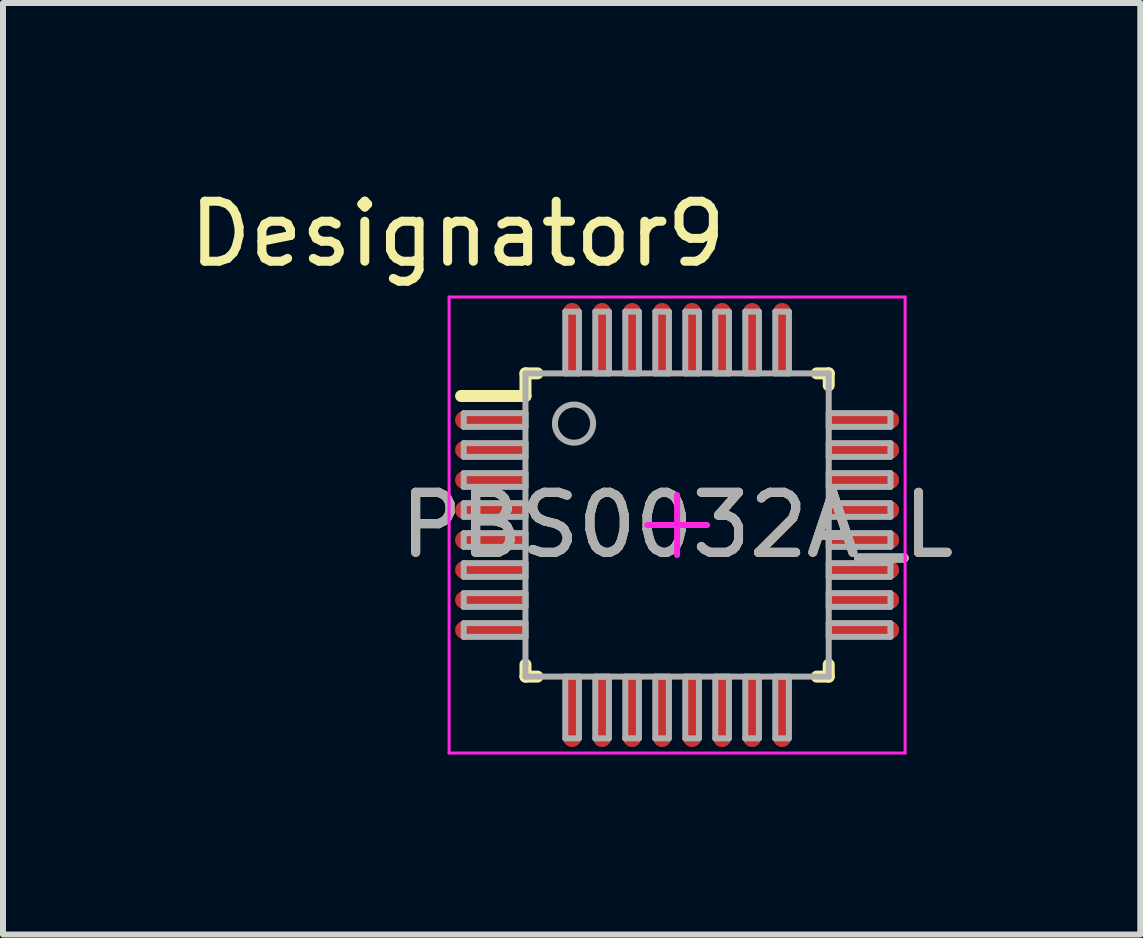
<source format=kicad_pcb>
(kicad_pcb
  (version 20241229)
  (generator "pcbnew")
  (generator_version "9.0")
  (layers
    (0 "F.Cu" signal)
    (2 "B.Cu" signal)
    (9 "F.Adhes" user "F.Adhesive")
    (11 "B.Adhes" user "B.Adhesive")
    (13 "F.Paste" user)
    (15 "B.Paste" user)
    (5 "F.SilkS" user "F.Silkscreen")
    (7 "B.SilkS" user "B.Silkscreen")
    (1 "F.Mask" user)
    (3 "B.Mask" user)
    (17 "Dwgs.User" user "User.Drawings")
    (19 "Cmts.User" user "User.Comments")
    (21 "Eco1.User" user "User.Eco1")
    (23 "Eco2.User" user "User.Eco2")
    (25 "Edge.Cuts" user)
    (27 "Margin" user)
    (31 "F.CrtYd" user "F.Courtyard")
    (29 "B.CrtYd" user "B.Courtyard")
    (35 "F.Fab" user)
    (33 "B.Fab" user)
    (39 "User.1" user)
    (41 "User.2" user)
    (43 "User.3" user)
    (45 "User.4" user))
  (footprint "PBS0032A_L"
    (layer "F.Cu")
    (at 8.235 5.7)
    (property "Reference" "PBS0032A_L" (at 0 0 0) (unlocked yes) (layer "F.SilkS") (effects (font (size 1 1) (thickness 0.15))))
    (attr smd)
    (fp_line (start -3.6 -2.15) (end -2.527 -2.15) (stroke (width 0.2) (type solid)) (layer "F.SilkS"))
    (fp_line (start -2.527 -2.527) (end -2.327 -2.527) (stroke (width 0.2) (type solid)) (layer "F.SilkS"))
    (fp_line (start -2.527 -2.15) (end -2.527 -2.527) (stroke (width 0.2) (type solid)) (layer "F.SilkS"))
    (fp_line (start -2.527 2.527) (end -2.527 2.327) (stroke (width 0.2) (type solid)) (layer "F.SilkS"))
    (fp_line (start -2.527 2.527) (end -2.327 2.527) (stroke (width 0.2) (type solid)) (layer "F.SilkS"))
    (fp_line (start 2.327 -2.527) (end 2.527 -2.527) (stroke (width 0.2) (type solid)) (layer "F.SilkS"))
    (fp_line (start 2.327 2.527) (end 2.527 2.527) (stroke (width 0.2) (type solid)) (layer "F.SilkS"))
    (fp_line (start 2.527 -2.327) (end 2.527 -2.527) (stroke (width 0.2) (type solid)) (layer "F.SilkS"))
    (fp_line (start 2.527 2.527) (end 2.527 2.327) (stroke (width 0.2) (type solid)) (layer "F.SilkS"))
    (fp_line (start -3.8 -3.8) (end 3.8 -3.8) (stroke (width 0.05) (type solid)) (layer "F.CrtYd"))
    (fp_line (start -3.8 3.8) (end -3.8 -3.8) (stroke (width 0.05) (type solid)) (layer "F.CrtYd"))
    (fp_line (start -3.8 3.8) (end 3.8 3.8) (stroke (width 0.05) (type solid)) (layer "F.CrtYd"))
    (fp_line (start -0.5 0) (end 0.5 0) (stroke (width 0.1) (type solid)) (layer "F.CrtYd"))
    (fp_line (start -0.000003 0.5) (end -0.000003 -0.5) (stroke (width 0.1) (type solid)) (layer "F.CrtYd"))
    (fp_line (start 3.8 3.8) (end 3.8 -3.8) (stroke (width 0.05) (type solid)) (layer "F.CrtYd"))
    (fp_line (start -3.556 -1.864) (end -2.527 -1.864) (stroke (width 0.1) (type solid)) (layer "F.Fab"))
    (fp_line (start -3.556 -1.636) (end -3.556 -1.864) (stroke (width 0.1) (type solid)) (layer "F.Fab"))
    (fp_line (start -3.556 -1.636) (end -2.527 -1.636) (stroke (width 0.1) (type solid)) (layer "F.Fab"))
    (fp_line (start -3.556 -1.364) (end -2.527 -1.364) (stroke (width 0.1) (type solid)) (layer "F.Fab"))
    (fp_line (start -3.556 -1.136) (end -3.556 -1.364) (stroke (width 0.1) (type solid)) (layer "F.Fab"))
    (fp_line (start -3.556 -1.136) (end -2.527 -1.136) (stroke (width 0.1) (type solid)) (layer "F.Fab"))
    (fp_line (start -3.556 -0.864) (end -2.527 -0.864) (stroke (width 0.1) (type solid)) (layer "F.Fab"))
    (fp_line (start -3.556 -0.636) (end -3.556 -0.864) (stroke (width 0.1) (type solid)) (layer "F.Fab"))
    (fp_line (start -3.556 -0.636) (end -2.527 -0.636) (stroke (width 0.1) (type solid)) (layer "F.Fab"))
    (fp_line (start -3.556 -0.364) (end -2.527 -0.364) (stroke (width 0.1) (type solid)) (layer "F.Fab"))
    (fp_line (start -3.556 -0.136) (end -3.556 -0.364) (stroke (width 0.1) (type solid)) (layer "F.Fab"))
    (fp_line (start -3.556 -0.136) (end -2.527 -0.136) (stroke (width 0.1) (type solid)) (layer "F.Fab"))
    (fp_line (start -3.556 0.136) (end -2.527 0.136) (stroke (width 0.1) (type solid)) (layer "F.Fab"))
    (fp_line (start -3.556 0.364) (end -3.556 0.136) (stroke (width 0.1) (type solid)) (layer "F.Fab"))
    (fp_line (start -3.556 0.364) (end -2.527 0.364) (stroke (width 0.1) (type solid)) (layer "F.Fab"))
    (fp_line (start -3.556 0.636) (end -2.527 0.636) (stroke (width 0.1) (type solid)) (layer "F.Fab"))
    (fp_line (start -3.556 0.864) (end -3.556 0.636) (stroke (width 0.1) (type solid)) (layer "F.Fab"))
    (fp_line (start -3.556 0.864) (end -2.527 0.864) (stroke (width 0.1) (type solid)) (layer "F.Fab"))
    (fp_line (start -3.556 1.136) (end -2.527 1.136) (stroke (width 0.1) (type solid)) (layer "F.Fab"))
    (fp_line (start -3.556 1.364) (end -3.556 1.136) (stroke (width 0.1) (type solid)) (layer "F.Fab"))
    (fp_line (start -3.556 1.364) (end -2.527 1.364) (stroke (width 0.1) (type solid)) (layer "F.Fab"))
    (fp_line (start -3.556 1.636) (end -2.527 1.636) (stroke (width 0.1) (type solid)) (layer "F.Fab"))
    (fp_line (start -3.556 1.864) (end -3.556 1.636) (stroke (width 0.1) (type solid)) (layer "F.Fab"))
    (fp_line (start -3.556 1.864) (end -2.527 1.864) (stroke (width 0.1) (type solid)) (layer "F.Fab"))
    (fp_line (start -2.527 -2.527) (end 2.527 -2.527) (stroke (width 0.1) (type solid)) (layer "F.Fab"))
    (fp_line (start -2.527 -1.636) (end -2.527 -1.864) (stroke (width 0.1) (type solid)) (layer "F.Fab"))
    (fp_line (start -2.527 -1.136) (end -2.527 -1.364) (stroke (width 0.1) (type solid)) (layer "F.Fab"))
    (fp_line (start -2.527 -0.636) (end -2.527 -0.864) (stroke (width 0.1) (type solid)) (layer "F.Fab"))
    (fp_line (start -2.527 -0.136) (end -2.527 -0.364) (stroke (width 0.1) (type solid)) (layer "F.Fab"))
    (fp_line (start -2.527 0.364) (end -2.527 0.136) (stroke (width 0.1) (type solid)) (layer "F.Fab"))
    (fp_line (start -2.527 0.864) (end -2.527 0.636) (stroke (width 0.1) (type solid)) (layer "F.Fab"))
    (fp_line (start -2.527 1.364) (end -2.527 1.136) (stroke (width 0.1) (type solid)) (layer "F.Fab"))
    (fp_line (start -2.527 1.864) (end -2.527 1.636) (stroke (width 0.1) (type solid)) (layer "F.Fab"))
    (fp_line (start -2.527 2.527) (end -2.527 -2.527) (stroke (width 0.1) (type solid)) (layer "F.Fab"))
    (fp_line (start -2.527 2.527) (end 2.527 2.527) (stroke (width 0.1) (type solid)) (layer "F.Fab"))
    (fp_line (start -1.864 -3.556) (end -1.636 -3.556) (stroke (width 0.1) (type solid)) (layer "F.Fab"))
    (fp_line (start -1.864 -2.527) (end -1.864 -3.556) (stroke (width 0.1) (type solid)) (layer "F.Fab"))
    (fp_line (start -1.864 -2.527) (end -1.636 -2.527) (stroke (width 0.1) (type solid)) (layer "F.Fab"))
    (fp_line (start -1.864 2.527) (end -1.636 2.527) (stroke (width 0.1) (type solid)) (layer "F.Fab"))
    (fp_line (start -1.864 3.556) (end -1.864 2.527) (stroke (width 0.1) (type solid)) (layer "F.Fab"))
    (fp_line (start -1.864 3.556) (end -1.636 3.556) (stroke (width 0.1) (type solid)) (layer "F.Fab"))
    (fp_line (start -1.636 -2.527) (end -1.636 -3.556) (stroke (width 0.1) (type solid)) (layer "F.Fab"))
    (fp_line (start -1.636 3.556) (end -1.636 2.527) (stroke (width 0.1) (type solid)) (layer "F.Fab"))
    (fp_line (start -1.364 -3.556) (end -1.136 -3.556) (stroke (width 0.1) (type solid)) (layer "F.Fab"))
    (fp_line (start -1.364 -2.527) (end -1.364 -3.556) (stroke (width 0.1) (type solid)) (layer "F.Fab"))
    (fp_line (start -1.364 -2.527) (end -1.136 -2.527) (stroke (width 0.1) (type solid)) (layer "F.Fab"))
    (fp_line (start -1.364 2.527) (end -1.136 2.527) (stroke (width 0.1) (type solid)) (layer "F.Fab"))
    (fp_line (start -1.364 3.556) (end -1.364 2.527) (stroke (width 0.1) (type solid)) (layer "F.Fab"))
    (fp_line (start -1.364 3.556) (end -1.136 3.556) (stroke (width 0.1) (type solid)) (layer "F.Fab"))
    (fp_line (start -1.136 -2.527) (end -1.136 -3.556) (stroke (width 0.1) (type solid)) (layer "F.Fab"))
    (fp_line (start -1.136 3.556) (end -1.136 2.527) (stroke (width 0.1) (type solid)) (layer "F.Fab"))
    (fp_line (start -0.864 -3.556) (end -0.636 -3.556) (stroke (width 0.1) (type solid)) (layer "F.Fab"))
    (fp_line (start -0.864 -2.527) (end -0.864 -3.556) (stroke (width 0.1) (type solid)) (layer "F.Fab"))
    (fp_line (start -0.864 -2.527) (end -0.636 -2.527) (stroke (width 0.1) (type solid)) (layer "F.Fab"))
    (fp_line (start -0.864 2.527) (end -0.636 2.527) (stroke (width 0.1) (type solid)) (layer "F.Fab"))
    (fp_line (start -0.864 3.556) (end -0.864 2.527) (stroke (width 0.1) (type solid)) (layer "F.Fab"))
    (fp_line (start -0.864 3.556) (end -0.636 3.556) (stroke (width 0.1) (type solid)) (layer "F.Fab"))
    (fp_line (start -0.636 -2.527) (end -0.636 -3.556) (stroke (width 0.1) (type solid)) (layer "F.Fab"))
    (fp_line (start -0.636 3.556) (end -0.636 2.527) (stroke (width 0.1) (type solid)) (layer "F.Fab"))
    (fp_line (start -0.364 -3.556) (end -0.136 -3.556) (stroke (width 0.1) (type solid)) (layer "F.Fab"))
    (fp_line (start -0.364 -2.527) (end -0.364 -3.556) (stroke (width 0.1) (type solid)) (layer "F.Fab"))
    (fp_line (start -0.364 -2.527) (end -0.136 -2.527) (stroke (width 0.1) (type solid)) (layer "F.Fab"))
    (fp_line (start -0.364 2.527) (end -0.136 2.527) (stroke (width 0.1) (type solid)) (layer "F.Fab"))
    (fp_line (start -0.364 3.556) (end -0.364 2.527) (stroke (width 0.1) (type solid)) (layer "F.Fab"))
    (fp_line (start -0.364 3.556) (end -0.136 3.556) (stroke (width 0.1) (type solid)) (layer "F.Fab"))
    (fp_line (start -0.136 -2.527) (end -0.136 -3.556) (stroke (width 0.1) (type solid)) (layer "F.Fab"))
    (fp_line (start -0.136 3.556) (end -0.136 2.527) (stroke (width 0.1) (type solid)) (layer "F.Fab"))
    (fp_line (start 0.136 -3.556) (end 0.364 -3.556) (stroke (width 0.1) (type solid)) (layer "F.Fab"))
    (fp_line (start 0.136 -2.527) (end 0.136 -3.556) (stroke (width 0.1) (type solid)) (layer "F.Fab"))
    (fp_line (start 0.136 -2.527) (end 0.364 -2.527) (stroke (width 0.1) (type solid)) (layer "F.Fab"))
    (fp_line (start 0.136 2.527) (end 0.364 2.527) (stroke (width 0.1) (type solid)) (layer "F.Fab"))
    (fp_line (start 0.136 3.556) (end 0.136 2.527) (stroke (width 0.1) (type solid)) (layer "F.Fab"))
    (fp_line (start 0.136 3.556) (end 0.364 3.556) (stroke (width 0.1) (type solid)) (layer "F.Fab"))
    (fp_line (start 0.364 -2.527) (end 0.364 -3.556) (stroke (width 0.1) (type solid)) (layer "F.Fab"))
    (fp_line (start 0.364 3.556) (end 0.364 2.527) (stroke (width 0.1) (type solid)) (layer "F.Fab"))
    (fp_line (start 0.636 -3.556) (end 0.864 -3.556) (stroke (width 0.1) (type solid)) (layer "F.Fab"))
    (fp_line (start 0.636 -2.527) (end 0.636 -3.556) (stroke (width 0.1) (type solid)) (layer "F.Fab"))
    (fp_line (start 0.636 -2.527) (end 0.864 -2.527) (stroke (width 0.1) (type solid)) (layer "F.Fab"))
    (fp_line (start 0.636 2.527) (end 0.864 2.527) (stroke (width 0.1) (type solid)) (layer "F.Fab"))
    (fp_line (start 0.636 3.556) (end 0.636 2.527) (stroke (width 0.1) (type solid)) (layer "F.Fab"))
    (fp_line (start 0.636 3.556) (end 0.864 3.556) (stroke (width 0.1) (type solid)) (layer "F.Fab"))
    (fp_line (start 0.864 -2.527) (end 0.864 -3.556) (stroke (width 0.1) (type solid)) (layer "F.Fab"))
    (fp_line (start 0.864 3.556) (end 0.864 2.527) (stroke (width 0.1) (type solid)) (layer "F.Fab"))
    (fp_line (start 1.136 -3.556) (end 1.364 -3.556) (stroke (width 0.1) (type solid)) (layer "F.Fab"))
    (fp_line (start 1.136 -2.527) (end 1.136 -3.556) (stroke (width 0.1) (type solid)) (layer "F.Fab"))
    (fp_line (start 1.136 -2.527) (end 1.364 -2.527) (stroke (width 0.1) (type solid)) (layer "F.Fab"))
    (fp_line (start 1.136 2.527) (end 1.364 2.527) (stroke (width 0.1) (type solid)) (layer "F.Fab"))
    (fp_line (start 1.136 3.556) (end 1.136 2.527) (stroke (width 0.1) (type solid)) (layer "F.Fab"))
    (fp_line (start 1.136 3.556) (end 1.364 3.556) (stroke (width 0.1) (type solid)) (layer "F.Fab"))
    (fp_line (start 1.364 -2.527) (end 1.364 -3.556) (stroke (width 0.1) (type solid)) (layer "F.Fab"))
    (fp_line (start 1.364 3.556) (end 1.364 2.527) (stroke (width 0.1) (type solid)) (layer "F.Fab"))
    (fp_line (start 1.636 -3.556) (end 1.864 -3.556) (stroke (width 0.1) (type solid)) (layer "F.Fab"))
    (fp_line (start 1.636 -2.527) (end 1.636 -3.556) (stroke (width 0.1) (type solid)) (layer "F.Fab"))
    (fp_line (start 1.636 -2.527) (end 1.864 -2.527) (stroke (width 0.1) (type solid)) (layer "F.Fab"))
    (fp_line (start 1.636 2.527) (end 1.864 2.527) (stroke (width 0.1) (type solid)) (layer "F.Fab"))
    (fp_line (start 1.636 3.556) (end 1.636 2.527) (stroke (width 0.1) (type solid)) (layer "F.Fab"))
    (fp_line (start 1.636 3.556) (end 1.864 3.556) (stroke (width 0.1) (type solid)) (layer "F.Fab"))
    (fp_line (start 1.864 -2.527) (end 1.864 -3.556) (stroke (width 0.1) (type solid)) (layer "F.Fab"))
    (fp_line (start 1.864 3.556) (end 1.864 2.527) (stroke (width 0.1) (type solid)) (layer "F.Fab"))
    (fp_line (start 2.527 -1.864) (end 3.556 -1.864) (stroke (width 0.1) (type solid)) (layer "F.Fab"))
    (fp_line (start 2.527 -1.636) (end 2.527 -1.864) (stroke (width 0.1) (type solid)) (layer "F.Fab"))
    (fp_line (start 2.527 -1.636) (end 3.556 -1.636) (stroke (width 0.1) (type solid)) (layer "F.Fab"))
    (fp_line (start 2.527 -1.364) (end 3.556 -1.364) (stroke (width 0.1) (type solid)) (layer "F.Fab"))
    (fp_line (start 2.527 -1.136) (end 2.527 -1.364) (stroke (width 0.1) (type solid)) (layer "F.Fab"))
    (fp_line (start 2.527 -1.136) (end 3.556 -1.136) (stroke (width 0.1) (type solid)) (layer "F.Fab"))
    (fp_line (start 2.527 -0.864) (end 3.556 -0.864) (stroke (width 0.1) (type solid)) (layer "F.Fab"))
    (fp_line (start 2.527 -0.636) (end 2.527 -0.864) (stroke (width 0.1) (type solid)) (layer "F.Fab"))
    (fp_line (start 2.527 -0.636) (end 3.556 -0.636) (stroke (width 0.1) (type solid)) (layer "F.Fab"))
    (fp_line (start 2.527 -0.364) (end 3.556 -0.364) (stroke (width 0.1) (type solid)) (layer "F.Fab"))
    (fp_line (start 2.527 -0.136) (end 2.527 -0.364) (stroke (width 0.1) (type solid)) (layer "F.Fab"))
    (fp_line (start 2.527 -0.136) (end 3.556 -0.136) (stroke (width 0.1) (type solid)) (layer "F.Fab"))
    (fp_line (start 2.527 0.136) (end 3.556 0.136) (stroke (width 0.1) (type solid)) (layer "F.Fab"))
    (fp_line (start 2.527 0.364) (end 2.527 0.136) (stroke (width 0.1) (type solid)) (layer "F.Fab"))
    (fp_line (start 2.527 0.364) (end 3.556 0.364) (stroke (width 0.1) (type solid)) (layer "F.Fab"))
    (fp_line (start 2.527 0.636) (end 3.556 0.636) (stroke (width 0.1) (type solid)) (layer "F.Fab"))
    (fp_line (start 2.527 0.864) (end 2.527 0.636) (stroke (width 0.1) (type solid)) (layer "F.Fab"))
    (fp_line (start 2.527 0.864) (end 3.556 0.864) (stroke (width 0.1) (type solid)) (layer "F.Fab"))
    (fp_line (start 2.527 1.136) (end 3.556 1.136) (stroke (width 0.1) (type solid)) (layer "F.Fab"))
    (fp_line (start 2.527 1.364) (end 2.527 1.136) (stroke (width 0.1) (type solid)) (layer "F.Fab"))
    (fp_line (start 2.527 1.364) (end 3.556 1.364) (stroke (width 0.1) (type solid)) (layer "F.Fab"))
    (fp_line (start 2.527 1.636) (end 3.556 1.636) (stroke (width 0.1) (type solid)) (layer "F.Fab"))
    (fp_line (start 2.527 1.864) (end 2.527 1.636) (stroke (width 0.1) (type solid)) (layer "F.Fab"))
    (fp_line (start 2.527 1.864) (end 3.556 1.864) (stroke (width 0.1) (type solid)) (layer "F.Fab"))
    (fp_line (start 2.527 2.527) (end 2.527 -2.527) (stroke (width 0.1) (type solid)) (layer "F.Fab"))
    (fp_line (start 3.556 -1.636) (end 3.556 -1.864) (stroke (width 0.1) (type solid)) (layer "F.Fab"))
    (fp_line (start 3.556 -1.136) (end 3.556 -1.364) (stroke (width 0.1) (type solid)) (layer "F.Fab"))
    (fp_line (start 3.556 -0.636) (end 3.556 -0.864) (stroke (width 0.1) (type solid)) (layer "F.Fab"))
    (fp_line (start 3.556 -0.136) (end 3.556 -0.364) (stroke (width 0.1) (type solid)) (layer "F.Fab"))
    (fp_line (start 3.556 0.364) (end 3.556 0.136) (stroke (width 0.1) (type solid)) (layer "F.Fab"))
    (fp_line (start 3.556 0.864) (end 3.556 0.636) (stroke (width 0.1) (type solid)) (layer "F.Fab"))
    (fp_line (start 3.556 1.364) (end 3.556 1.136) (stroke (width 0.1) (type solid)) (layer "F.Fab"))
    (fp_line (start 3.556 1.864) (end 3.556 1.636) (stroke (width 0.1) (type solid)) (layer "F.Fab"))
    (fp_circle (center -1.718 -1.69) (end -1.4 -1.69) (stroke (width 0.1) (type solid)) (fill no) (layer "F.Fab"))
    (fp_text user "Designator9" (at -3.658 -4.851 0) (unlocked yes) (layer "F.SilkS") (effects (font (size 1 1) (thickness 0.15))))
    (fp_text user "${REFERENCE}" (at 0 0 0) (unlocked yes) (layer "F.Fab") (effects (font (size 1 1) (thickness 0.15))))
    (pad "1" smd oval (at -3.1 -1.75 90) (size 0.3 1.2) (layers "F.Cu" "F.Mask" "F.Paste"))
    (pad "2" smd oval (at -3.1 -1.25 90) (size 0.3 1.2) (layers "F.Cu" "F.Mask" "F.Paste"))
    (pad "3" smd oval (at -3.1 -0.75 90) (size 0.3 1.2) (layers "F.Cu" "F.Mask" "F.Paste"))
    (pad "4" smd oval (at -3.1 -0.25 90) (size 0.3 1.2) (layers "F.Cu" "F.Mask" "F.Paste"))
    (pad "5" smd oval (at -3.1 0.25 90) (size 0.3 1.2) (layers "F.Cu" "F.Mask" "F.Paste"))
    (pad "6" smd oval (at -3.1 0.75 90) (size 0.3 1.2) (layers "F.Cu" "F.Mask" "F.Paste"))
    (pad "7" smd oval (at -3.1 1.25 90) (size 0.3 1.2) (layers "F.Cu" "F.Mask" "F.Paste"))
    (pad "8" smd oval (at -3.1 1.75 90) (size 0.3 1.2) (layers "F.Cu" "F.Mask" "F.Paste"))
    (pad "9" smd oval (at -1.75 3.1) (size 0.3 1.2) (layers "F.Cu" "F.Mask" "F.Paste"))
    (pad "10" smd oval (at -1.25 3.1) (size 0.3 1.2) (layers "F.Cu" "F.Mask" "F.Paste"))
    (pad "11" smd oval (at -0.75 3.1) (size 0.3 1.2) (layers "F.Cu" "F.Mask" "F.Paste"))
    (pad "12" smd oval (at -0.25 3.1) (size 0.3 1.2) (layers "F.Cu" "F.Mask" "F.Paste"))
    (pad "13" smd oval (at 0.25 3.1) (size 0.3 1.2) (layers "F.Cu" "F.Mask" "F.Paste"))
    (pad "14" smd oval (at 0.75 3.1) (size 0.3 1.2) (layers "F.Cu" "F.Mask" "F.Paste"))
    (pad "15" smd oval (at 1.25 3.1) (size 0.3 1.2) (layers "F.Cu" "F.Mask" "F.Paste"))
    (pad "16" smd oval (at 1.75 3.1) (size 0.3 1.2) (layers "F.Cu" "F.Mask" "F.Paste"))
    (pad "17" smd oval (at 3.1 1.75 90) (size 0.3 1.2) (layers "F.Cu" "F.Mask" "F.Paste"))
    (pad "18" smd oval (at 3.1 1.25 90) (size 0.3 1.2) (layers "F.Cu" "F.Mask" "F.Paste"))
    (pad "19" smd oval (at 3.1 0.75 90) (size 0.3 1.2) (layers "F.Cu" "F.Mask" "F.Paste"))
    (pad "20" smd oval (at 3.1 0.25 90) (size 0.3 1.2) (layers "F.Cu" "F.Mask" "F.Paste"))
    (pad "21" smd oval (at 3.1 -0.25 90) (size 0.3 1.2) (layers "F.Cu" "F.Mask" "F.Paste"))
    (pad "22" smd oval (at 3.1 -0.75 90) (size 0.3 1.2) (layers "F.Cu" "F.Mask" "F.Paste"))
    (pad "23" smd oval (at 3.1 -1.25 90) (size 0.3 1.2) (layers "F.Cu" "F.Mask" "F.Paste"))
    (pad "24" smd oval (at 3.1 -1.75 90) (size 0.3 1.2) (layers "F.Cu" "F.Mask" "F.Paste"))
    (pad "25" smd oval (at 1.75 -3.1) (size 0.3 1.2) (layers "F.Cu" "F.Mask" "F.Paste"))
    (pad "26" smd oval (at 1.25 -3.1) (size 0.3 1.2) (layers "F.Cu" "F.Mask" "F.Paste"))
    (pad "27" smd oval (at 0.75 -3.1) (size 0.3 1.2) (layers "F.Cu" "F.Mask" "F.Paste"))
    (pad "28" smd oval (at 0.25 -3.1) (size 0.3 1.2) (layers "F.Cu" "F.Mask" "F.Paste"))
    (pad "29" smd oval (at -0.25 -3.1) (size 0.3 1.2) (layers "F.Cu" "F.Mask" "F.Paste"))
    (pad "30" smd oval (at -0.75 -3.1) (size 0.3 1.2) (layers "F.Cu" "F.Mask" "F.Paste"))
    (pad "31" smd oval (at -1.25 -3.1) (size 0.3 1.2) (layers "F.Cu" "F.Mask" "F.Paste"))
    (pad "32" smd oval (at -1.75 -3.1) (size 0.3 1.2) (layers "F.Cu" "F.Mask" "F.Paste")))
  (gr_rect
    (start -3 -3)
    (end 15.955 12.525)
    (stroke (width 0.1) (type default))
    (fill no)
    (layer "Edge.Cuts")))
</source>
